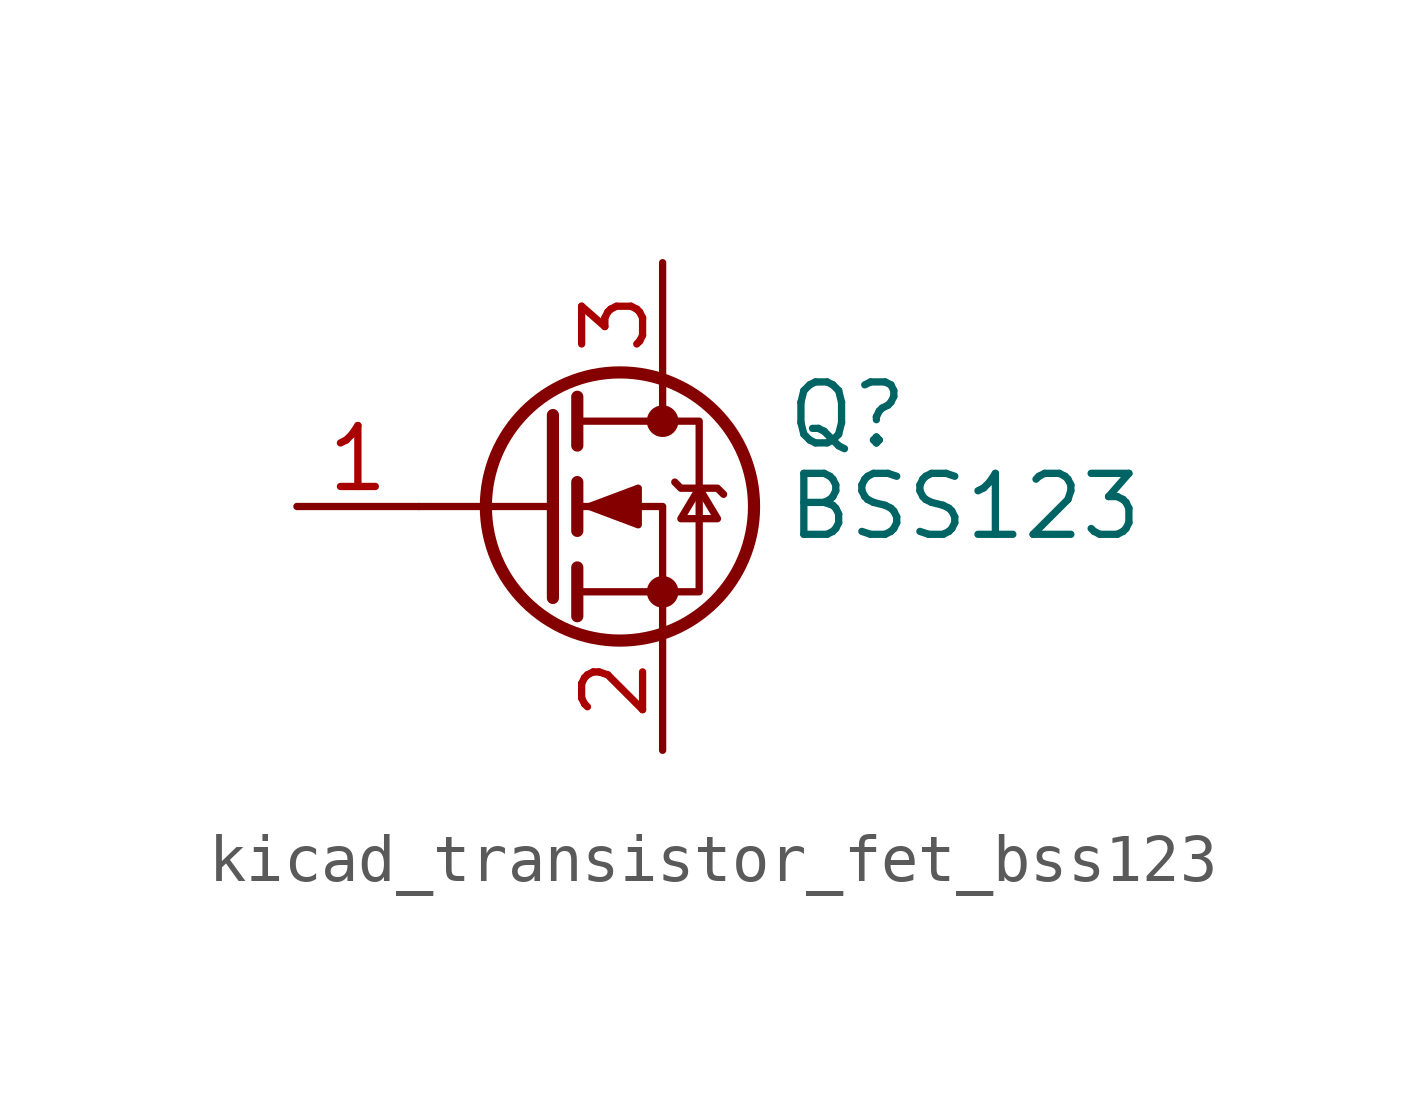
<source format=kicad_sym>
(kicad_symbol_lib
  (version 20220914)
  (generator kicad_symbol_editor)
  (symbol "kicad_transistor_fet_bss123"
    (pin_names hide)
    (property "Reference" "Q"
      (at 5.08 1.905 0)
      (effects (font (size 1.27 1.27)) (justify left)))
    (property "Value" "BSS123"
      (at 5.08 0 0)
      (effects (font (size 1.27 1.27)) (justify left)))
    (symbol "kicad_transistor_fet_bss123_0_1"
      (polyline (pts (xy 0.254 0) (xy -2.54 0)) (stroke (width 0) (type default)) (fill (type none)))
      (polyline (pts (xy 0.254 1.905) (xy 0.254 -1.905)) (stroke (width 0.254) (type default)) (fill (type none)))
      (polyline (pts (xy 0.762 -1.27) (xy 0.762 -2.286)) (stroke (width 0.254) (type default)) (fill (type none)))
      (polyline (pts (xy 0.762 0.508) (xy 0.762 -0.508)) (stroke (width 0.254) (type default)) (fill (type none)))
      (polyline (pts (xy 0.762 2.286) (xy 0.762 1.27)) (stroke (width 0.254) (type default)) (fill (type none)))
      (polyline (pts (xy 2.54 2.54) (xy 2.54 1.778)) (stroke (width 0) (type default)) (fill (type none)))
      (polyline (pts (xy 2.54 -2.54) (xy 2.54 0) (xy 0.762 0)) (stroke (width 0) (type default)) (fill (type none)))
      (polyline (pts (xy 0.762 -1.778) (xy 3.302 -1.778) (xy 3.302 1.778) (xy 0.762 1.778)) (stroke (width 0) (type default)) (fill (type none)))
      (polyline (pts (xy 1.016 0) (xy 2.032 0.381) (xy 2.032 -0.381) (xy 1.016 0)) (stroke (width 0) (type default)) (fill (type outline)))
      (polyline (pts (xy 2.794 0.508) (xy 2.921 0.381) (xy 3.683 0.381) (xy 3.81 0.254)) (stroke (width 0) (type default)) (fill (type none)))
      (polyline (pts (xy 3.302 0.381) (xy 2.921 -0.254) (xy 3.683 -0.254) (xy 3.302 0.381)) (stroke (width 0) (type default)) (fill (type none)))
      (circle (center 1.651 0) (radius 2.794) (stroke (width 0.254) (type default)) (fill (type none)))
      (circle (center 2.54 -1.778) (radius 0.254) (stroke (width 0) (type default)) (fill (type outline)))
      (circle (center 2.54 1.778) (radius 0.254) (stroke (width 0) (type default)) (fill (type outline))))
    (symbol "kicad_transistor_fet_bss123_1_1"
      (pin input line (at -5.08 0 0) (length 2.54) (name "G" (effects (font (size 1.27 1.27)))) (number "1" (effects (font (size 1.27 1.27)))))
      (pin passive line (at 2.54 -5.08 90) (length 2.54) (name "S" (effects (font (size 1.27 1.27)))) (number "2" (effects (font (size 1.27 1.27)))))
      (pin passive line (at 2.54 5.08 270) (length 2.54) (name "D" (effects (font (size 1.27 1.27)))) (number "3" (effects (font (size 1.27 1.27))))))))
</source>
